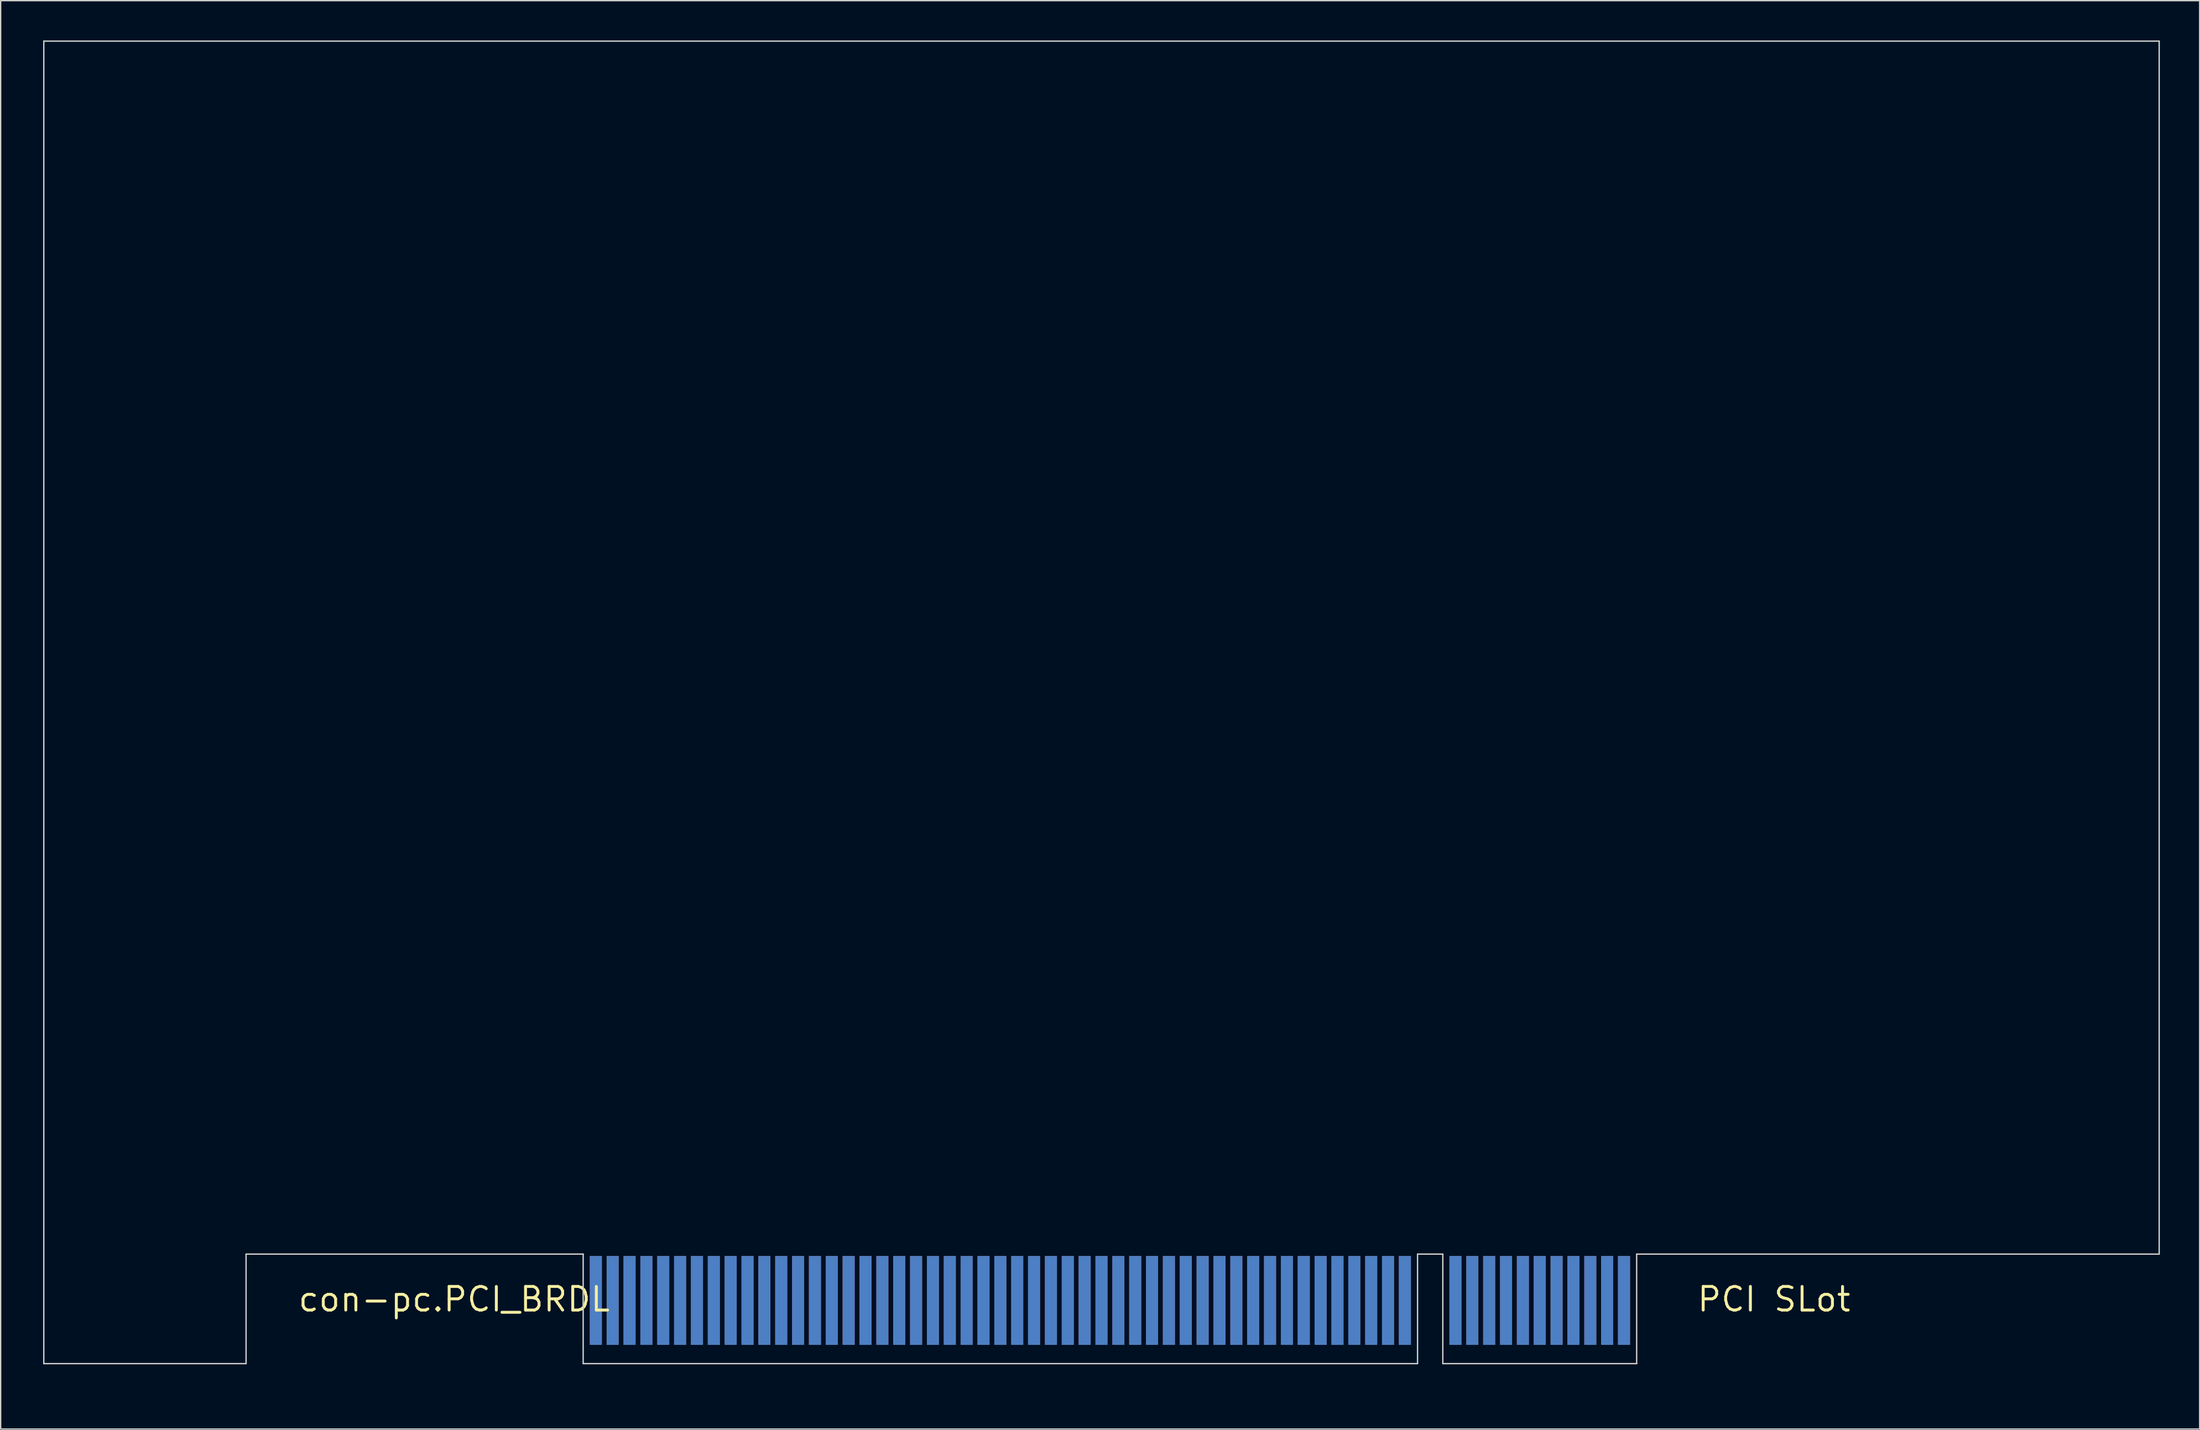
<source format=kicad_pcb>
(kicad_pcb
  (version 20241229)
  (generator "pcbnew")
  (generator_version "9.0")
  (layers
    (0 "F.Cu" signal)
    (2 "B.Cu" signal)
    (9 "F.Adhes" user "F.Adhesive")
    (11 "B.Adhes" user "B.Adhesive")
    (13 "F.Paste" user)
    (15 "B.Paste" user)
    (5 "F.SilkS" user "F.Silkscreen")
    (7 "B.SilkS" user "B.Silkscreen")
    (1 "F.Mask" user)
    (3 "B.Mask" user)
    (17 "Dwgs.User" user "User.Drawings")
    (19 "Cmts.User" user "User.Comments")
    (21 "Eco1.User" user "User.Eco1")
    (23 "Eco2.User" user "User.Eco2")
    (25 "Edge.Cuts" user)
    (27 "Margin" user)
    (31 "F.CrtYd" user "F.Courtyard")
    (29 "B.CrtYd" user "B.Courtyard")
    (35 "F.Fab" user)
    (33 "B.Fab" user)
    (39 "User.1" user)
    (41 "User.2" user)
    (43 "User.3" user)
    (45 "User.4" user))
  (footprint "con-pc.PCI_BRDL"
    (layer "F.Cu")
    (at 0.25 99.745)
    (property "Reference" "con-pc.PCI_BRDL" (at 19.05 -3.81 0) (layer "F.SilkS") (effects (font (size 1.778 1.778) (thickness 0.22)) (justify left bottom)))
    (attr smd)
    (fp_line (start 40.322 1.27) (end 120.968 1.27) (stroke (width 0.889) (type default)) (layer "F.Mask"))
    (fp_line (start 41.593 -8.255) (end 41.593 1.27) (stroke (width 0.889) (type default)) (layer "F.Mask"))
    (fp_line (start 42.862 -8.255) (end 42.862 1.27) (stroke (width 0.889) (type default)) (layer "F.Mask"))
    (fp_line (start 44.133 -8.255) (end 44.133 1.27) (stroke (width 0.889) (type default)) (layer "F.Mask"))
    (fp_line (start 45.403 -8.255) (end 45.403 1.27) (stroke (width 0.889) (type default)) (layer "F.Mask"))
    (fp_line (start 46.672 -8.255) (end 46.672 1.27) (stroke (width 0.889) (type default)) (layer "F.Mask"))
    (fp_line (start 47.943 -8.255) (end 47.943 1.27) (stroke (width 0.889) (type default)) (layer "F.Mask"))
    (fp_line (start 49.212 -8.255) (end 49.212 1.27) (stroke (width 0.889) (type default)) (layer "F.Mask"))
    (fp_line (start 50.483 -8.255) (end 50.483 1.27) (stroke (width 0.889) (type default)) (layer "F.Mask"))
    (fp_line (start 51.752 -8.255) (end 51.752 1.27) (stroke (width 0.889) (type default)) (layer "F.Mask"))
    (fp_line (start 53.023 -8.255) (end 53.023 1.27) (stroke (width 0.889) (type default)) (layer "F.Mask"))
    (fp_line (start 54.292 -8.255) (end 54.292 1.27) (stroke (width 0.889) (type default)) (layer "F.Mask"))
    (fp_line (start 55.562 -8.255) (end 55.562 1.27) (stroke (width 0.889) (type default)) (layer "F.Mask"))
    (fp_line (start 56.833 -8.255) (end 56.833 1.27) (stroke (width 0.889) (type default)) (layer "F.Mask"))
    (fp_line (start 58.102 -8.255) (end 58.102 1.27) (stroke (width 0.889) (type default)) (layer "F.Mask"))
    (fp_line (start 59.373 -8.255) (end 59.373 1.27) (stroke (width 0.889) (type default)) (layer "F.Mask"))
    (fp_line (start 60.642 -8.255) (end 60.642 1.27) (stroke (width 0.889) (type default)) (layer "F.Mask"))
    (fp_line (start 61.913 -8.255) (end 61.913 1.27) (stroke (width 0.889) (type default)) (layer "F.Mask"))
    (fp_line (start 63.182 -8.255) (end 63.182 1.27) (stroke (width 0.889) (type default)) (layer "F.Mask"))
    (fp_line (start 64.453 -8.255) (end 64.453 1.27) (stroke (width 0.889) (type default)) (layer "F.Mask"))
    (fp_line (start 65.722 -8.255) (end 65.722 1.27) (stroke (width 0.889) (type default)) (layer "F.Mask"))
    (fp_line (start 66.993 -8.255) (end 66.993 1.27) (stroke (width 0.889) (type default)) (layer "F.Mask"))
    (fp_line (start 68.263 -8.255) (end 68.263 1.27) (stroke (width 0.889) (type default)) (layer "F.Mask"))
    (fp_line (start 69.532 -8.255) (end 69.532 1.27) (stroke (width 0.889) (type default)) (layer "F.Mask"))
    (fp_line (start 70.802 -8.255) (end 70.802 1.27) (stroke (width 0.889) (type default)) (layer "F.Mask"))
    (fp_line (start 72.073 -8.255) (end 72.073 1.27) (stroke (width 0.889) (type default)) (layer "F.Mask"))
    (fp_line (start 73.343 -8.255) (end 73.343 1.27) (stroke (width 0.889) (type default)) (layer "F.Mask"))
    (fp_line (start 74.612 -8.255) (end 74.612 1.27) (stroke (width 0.889) (type default)) (layer "F.Mask"))
    (fp_line (start 75.882 -8.255) (end 75.882 1.27) (stroke (width 0.889) (type default)) (layer "F.Mask"))
    (fp_line (start 77.153 -8.255) (end 77.153 1.27) (stroke (width 0.889) (type default)) (layer "F.Mask"))
    (fp_line (start 78.422 -8.255) (end 78.422 1.27) (stroke (width 0.889) (type default)) (layer "F.Mask"))
    (fp_line (start 79.692 -8.255) (end 79.692 1.27) (stroke (width 0.889) (type default)) (layer "F.Mask"))
    (fp_line (start 80.963 -8.255) (end 80.963 1.27) (stroke (width 0.889) (type default)) (layer "F.Mask"))
    (fp_line (start 82.233 -8.255) (end 82.233 1.27) (stroke (width 0.889) (type default)) (layer "F.Mask"))
    (fp_line (start 83.502 -8.255) (end 83.502 1.27) (stroke (width 0.889) (type default)) (layer "F.Mask"))
    (fp_line (start 84.772 -8.255) (end 84.772 1.27) (stroke (width 0.889) (type default)) (layer "F.Mask"))
    (fp_line (start 86.043 -8.255) (end 86.043 1.27) (stroke (width 0.889) (type default)) (layer "F.Mask"))
    (fp_line (start 87.312 -8.255) (end 87.312 1.27) (stroke (width 0.889) (type default)) (layer "F.Mask"))
    (fp_line (start 88.582 -8.255) (end 88.582 1.27) (stroke (width 0.889) (type default)) (layer "F.Mask"))
    (fp_line (start 89.853 -8.255) (end 89.853 1.27) (stroke (width 0.889) (type default)) (layer "F.Mask"))
    (fp_line (start 91.123 -8.255) (end 91.123 1.27) (stroke (width 0.889) (type default)) (layer "F.Mask"))
    (fp_line (start 92.392 -8.255) (end 92.392 1.27) (stroke (width 0.889) (type default)) (layer "F.Mask"))
    (fp_line (start 93.662 -8.255) (end 93.662 1.27) (stroke (width 0.889) (type default)) (layer "F.Mask"))
    (fp_line (start 94.933 -8.255) (end 94.933 1.27) (stroke (width 0.889) (type default)) (layer "F.Mask"))
    (fp_line (start 96.203 -8.255) (end 96.203 1.27) (stroke (width 0.889) (type default)) (layer "F.Mask"))
    (fp_line (start 97.472 -8.255) (end 97.472 1.27) (stroke (width 0.889) (type default)) (layer "F.Mask"))
    (fp_line (start 98.743 -8.255) (end 98.743 1.27) (stroke (width 0.889) (type default)) (layer "F.Mask"))
    (fp_line (start 100.013 -8.255) (end 100.013 1.27) (stroke (width 0.889) (type default)) (layer "F.Mask"))
    (fp_line (start 101.282 -8.255) (end 101.282 1.27) (stroke (width 0.889) (type default)) (layer "F.Mask"))
    (fp_line (start 102.552 -8.255) (end 102.552 1.27) (stroke (width 0.889) (type default)) (layer "F.Mask"))
    (fp_line (start 106.362 -8.255) (end 106.362 1.27) (stroke (width 0.889) (type default)) (layer "F.Mask"))
    (fp_line (start 107.632 -8.255) (end 107.632 1.27) (stroke (width 0.889) (type default)) (layer "F.Mask"))
    (fp_line (start 108.903 -8.255) (end 108.903 1.27) (stroke (width 0.889) (type default)) (layer "F.Mask"))
    (fp_line (start 110.172 -8.255) (end 110.172 1.27) (stroke (width 0.889) (type default)) (layer "F.Mask"))
    (fp_line (start 111.442 -8.255) (end 111.442 1.27) (stroke (width 0.889) (type default)) (layer "F.Mask"))
    (fp_line (start 112.713 -8.255) (end 112.713 1.27) (stroke (width 0.889) (type default)) (layer "F.Mask"))
    (fp_line (start 113.983 -8.255) (end 113.983 1.27) (stroke (width 0.889) (type default)) (layer "F.Mask"))
    (fp_line (start 115.252 -8.255) (end 115.252 1.27) (stroke (width 0.889) (type default)) (layer "F.Mask"))
    (fp_line (start 116.522 -8.255) (end 116.522 1.27) (stroke (width 0.889) (type default)) (layer "F.Mask"))
    (fp_line (start 117.793 -8.255) (end 117.793 1.27) (stroke (width 0.889) (type default)) (layer "F.Mask"))
    (fp_line (start 119.062 -8.255) (end 119.062 1.27) (stroke (width 0.889) (type default)) (layer "F.Mask"))
    (fp_rect (start 40.322 1.905) (end 120.968 -8.255) (stroke (width 0.05) (type default)) (fill yes) (layer "F.Mask"))
    (fp_line (start 41.593 -8.255) (end 41.593 1.27) (stroke (width 0.889) (type default)) (layer "B.Mask"))
    (fp_line (start 42.862 -8.255) (end 42.862 1.27) (stroke (width 0.889) (type default)) (layer "B.Mask"))
    (fp_line (start 44.133 -8.255) (end 44.133 1.27) (stroke (width 0.889) (type default)) (layer "B.Mask"))
    (fp_line (start 45.403 -8.255) (end 45.403 1.27) (stroke (width 0.889) (type default)) (layer "B.Mask"))
    (fp_line (start 46.672 -8.255) (end 46.672 1.27) (stroke (width 0.889) (type default)) (layer "B.Mask"))
    (fp_line (start 47.943 -8.255) (end 47.943 1.27) (stroke (width 0.889) (type default)) (layer "B.Mask"))
    (fp_line (start 49.212 -8.255) (end 49.212 1.27) (stroke (width 0.889) (type default)) (layer "B.Mask"))
    (fp_line (start 50.483 -8.255) (end 50.483 1.27) (stroke (width 0.889) (type default)) (layer "B.Mask"))
    (fp_line (start 51.752 -8.255) (end 51.752 1.27) (stroke (width 0.889) (type default)) (layer "B.Mask"))
    (fp_line (start 53.023 -8.255) (end 53.023 1.27) (stroke (width 0.889) (type default)) (layer "B.Mask"))
    (fp_line (start 54.292 -8.255) (end 54.292 1.27) (stroke (width 0.889) (type default)) (layer "B.Mask"))
    (fp_line (start 55.562 -8.255) (end 55.562 1.27) (stroke (width 0.889) (type default)) (layer "B.Mask"))
    (fp_line (start 56.833 -8.255) (end 56.833 1.27) (stroke (width 0.889) (type default)) (layer "B.Mask"))
    (fp_line (start 58.102 -8.255) (end 58.102 1.27) (stroke (width 0.889) (type default)) (layer "B.Mask"))
    (fp_line (start 59.373 -8.255) (end 59.373 1.27) (stroke (width 0.889) (type default)) (layer "B.Mask"))
    (fp_line (start 60.642 -8.255) (end 60.642 1.27) (stroke (width 0.889) (type default)) (layer "B.Mask"))
    (fp_line (start 61.913 -8.255) (end 61.913 1.27) (stroke (width 0.889) (type default)) (layer "B.Mask"))
    (fp_line (start 63.182 -8.255) (end 63.182 1.27) (stroke (width 0.889) (type default)) (layer "B.Mask"))
    (fp_line (start 64.453 -8.255) (end 64.453 1.27) (stroke (width 0.889) (type default)) (layer "B.Mask"))
    (fp_line (start 65.722 -8.255) (end 65.722 1.27) (stroke (width 0.889) (type default)) (layer "B.Mask"))
    (fp_line (start 66.993 -8.255) (end 66.993 1.27) (stroke (width 0.889) (type default)) (layer "B.Mask"))
    (fp_line (start 68.263 -8.255) (end 68.263 1.27) (stroke (width 0.889) (type default)) (layer "B.Mask"))
    (fp_line (start 69.532 -8.255) (end 69.532 1.27) (stroke (width 0.889) (type default)) (layer "B.Mask"))
    (fp_line (start 70.802 -8.255) (end 70.802 1.27) (stroke (width 0.889) (type default)) (layer "B.Mask"))
    (fp_line (start 72.073 -8.255) (end 72.073 1.27) (stroke (width 0.889) (type default)) (layer "B.Mask"))
    (fp_line (start 73.343 -8.255) (end 73.343 1.27) (stroke (width 0.889) (type default)) (layer "B.Mask"))
    (fp_line (start 74.612 -8.255) (end 74.612 1.27) (stroke (width 0.889) (type default)) (layer "B.Mask"))
    (fp_line (start 75.882 -8.255) (end 75.882 1.27) (stroke (width 0.889) (type default)) (layer "B.Mask"))
    (fp_line (start 77.153 -8.255) (end 77.153 1.27) (stroke (width 0.889) (type default)) (layer "B.Mask"))
    (fp_line (start 78.422 -8.255) (end 78.422 1.27) (stroke (width 0.889) (type default)) (layer "B.Mask"))
    (fp_line (start 79.692 -8.255) (end 79.692 1.27) (stroke (width 0.889) (type default)) (layer "B.Mask"))
    (fp_line (start 80.963 -8.255) (end 80.963 1.27) (stroke (width 0.889) (type default)) (layer "B.Mask"))
    (fp_line (start 82.233 -8.255) (end 82.233 1.27) (stroke (width 0.889) (type default)) (layer "B.Mask"))
    (fp_line (start 83.502 -8.255) (end 83.502 1.27) (stroke (width 0.889) (type default)) (layer "B.Mask"))
    (fp_line (start 84.772 -8.255) (end 84.772 1.27) (stroke (width 0.889) (type default)) (layer "B.Mask"))
    (fp_line (start 86.043 -8.255) (end 86.043 1.27) (stroke (width 0.889) (type default)) (layer "B.Mask"))
    (fp_line (start 87.312 -8.255) (end 87.312 1.27) (stroke (width 0.889) (type default)) (layer "B.Mask"))
    (fp_line (start 88.582 -8.255) (end 88.582 1.27) (stroke (width 0.889) (type default)) (layer "B.Mask"))
    (fp_line (start 89.853 -8.255) (end 89.853 1.27) (stroke (width 0.889) (type default)) (layer "B.Mask"))
    (fp_line (start 91.123 -8.255) (end 91.123 1.27) (stroke (width 0.889) (type default)) (layer "B.Mask"))
    (fp_line (start 92.392 -8.255) (end 92.392 1.27) (stroke (width 0.889) (type default)) (layer "B.Mask"))
    (fp_line (start 93.662 -8.255) (end 93.662 1.27) (stroke (width 0.889) (type default)) (layer "B.Mask"))
    (fp_line (start 94.933 -8.255) (end 94.933 1.27) (stroke (width 0.889) (type default)) (layer "B.Mask"))
    (fp_line (start 96.203 -8.255) (end 96.203 1.27) (stroke (width 0.889) (type default)) (layer "B.Mask"))
    (fp_line (start 97.472 -8.255) (end 97.472 1.27) (stroke (width 0.889) (type default)) (layer "B.Mask"))
    (fp_line (start 98.743 -8.255) (end 98.743 1.27) (stroke (width 0.889) (type default)) (layer "B.Mask"))
    (fp_line (start 100.013 -8.255) (end 100.013 1.27) (stroke (width 0.889) (type default)) (layer "B.Mask"))
    (fp_line (start 101.282 -8.255) (end 101.282 1.27) (stroke (width 0.889) (type default)) (layer "B.Mask"))
    (fp_line (start 102.552 -8.255) (end 102.552 1.27) (stroke (width 0.889) (type default)) (layer "B.Mask"))
    (fp_line (start 106.362 -8.255) (end 106.362 1.27) (stroke (width 0.889) (type default)) (layer "B.Mask"))
    (fp_line (start 107.632 -8.255) (end 107.632 1.27) (stroke (width 0.889) (type default)) (layer "B.Mask"))
    (fp_line (start 108.903 -8.255) (end 108.903 1.27) (stroke (width 0.889) (type default)) (layer "B.Mask"))
    (fp_line (start 110.172 -8.255) (end 110.172 1.27) (stroke (width 0.889) (type default)) (layer "B.Mask"))
    (fp_line (start 111.442 -8.255) (end 111.442 1.27) (stroke (width 0.889) (type default)) (layer "B.Mask"))
    (fp_line (start 112.713 -8.255) (end 112.713 1.27) (stroke (width 0.889) (type default)) (layer "B.Mask"))
    (fp_line (start 113.983 -8.255) (end 113.983 1.27) (stroke (width 0.889) (type default)) (layer "B.Mask"))
    (fp_line (start 115.252 -8.255) (end 115.252 1.27) (stroke (width 0.889) (type default)) (layer "B.Mask"))
    (fp_line (start 116.522 -8.255) (end 116.522 1.27) (stroke (width 0.889) (type default)) (layer "B.Mask"))
    (fp_line (start 117.793 -8.255) (end 117.793 1.27) (stroke (width 0.889) (type default)) (layer "B.Mask"))
    (fp_line (start 119.062 -8.255) (end 119.062 1.27) (stroke (width 0.889) (type default)) (layer "B.Mask"))
    (fp_line (start 120.968 1.27) (end 40.322 1.27) (stroke (width 0.889) (type default)) (layer "B.Mask"))
    (fp_rect (start 40.322 1.905) (end 120.968 -8.255) (stroke (width 0.05) (type default)) (fill yes) (layer "B.Mask"))
    (fp_line (start 0 -99.695) (end 159.385 -99.695) (stroke (width 0.1) (type default)) (layer "Edge.Cuts"))
    (fp_line (start 0 0) (end 0 -99.695) (stroke (width 0.1) (type default)) (layer "Edge.Cuts"))
    (fp_line (start 15.24 -8.255) (end 15.24 0) (stroke (width 0.1) (type default)) (layer "Edge.Cuts"))
    (fp_line (start 15.24 0) (end 0 0) (stroke (width 0.1) (type default)) (layer "Edge.Cuts"))
    (fp_line (start 40.64 -8.255) (end 15.24 -8.255) (stroke (width 0.1) (type default)) (layer "Edge.Cuts"))
    (fp_line (start 40.64 0) (end 40.64 -8.255) (stroke (width 0.1) (type default)) (layer "Edge.Cuts"))
    (fp_line (start 103.505 -8.255) (end 103.505 0) (stroke (width 0.1) (type default)) (layer "Edge.Cuts"))
    (fp_line (start 103.505 0) (end 40.64 0) (stroke (width 0.1) (type default)) (layer "Edge.Cuts"))
    (fp_line (start 105.41 -8.255) (end 103.505 -8.255) (stroke (width 0.1) (type default)) (layer "Edge.Cuts"))
    (fp_line (start 105.41 0) (end 105.41 -8.255) (stroke (width 0.1) (type default)) (layer "Edge.Cuts"))
    (fp_line (start 120.015 -8.255) (end 120.015 0) (stroke (width 0.1) (type default)) (layer "Edge.Cuts"))
    (fp_line (start 120.015 0) (end 105.41 0) (stroke (width 0.1) (type default)) (layer "Edge.Cuts"))
    (fp_line (start 159.385 -99.695) (end 159.385 -8.255) (stroke (width 0.1) (type default)) (layer "Edge.Cuts"))
    (fp_line (start 159.385 -8.255) (end 120.015 -8.255) (stroke (width 0.1) (type default)) (layer "Edge.Cuts"))
    (fp_text user "PCI SLot" (at 124.46 -3.81 0) (layer "F.SilkS") (effects (font (size 1.778 1.778) (thickness 0.22)) (justify left bottom)))
    (pad "C1" smd roundrect (at 41.593 -4.763) (size 0.91 6.7) (layers "F.Cu" "F.Mask" "F.Paste") (roundrect_rratio 0.01))
    (pad "C2" smd roundrect (at 42.862 -4.763) (size 0.91 6.7) (layers "F.Cu" "F.Mask" "F.Paste") (roundrect_rratio 0.01))
    (pad "C3" smd roundrect (at 44.133 -4.763) (size 0.91 6.7) (layers "F.Cu" "F.Mask" "F.Paste") (roundrect_rratio 0.01))
    (pad "C4" smd roundrect (at 45.403 -4.763) (size 0.91 6.7) (layers "F.Cu" "F.Mask" "F.Paste") (roundrect_rratio 0.01))
    (pad "C5" smd roundrect (at 46.672 -4.763) (size 0.91 6.7) (layers "F.Cu" "F.Mask" "F.Paste") (roundrect_rratio 0.01))
    (pad "C6" smd roundrect (at 47.943 -4.763) (size 0.91 6.7) (layers "F.Cu" "F.Mask" "F.Paste") (roundrect_rratio 0.01))
    (pad "C7" smd roundrect (at 49.212 -4.763) (size 0.91 6.7) (layers "F.Cu" "F.Mask" "F.Paste") (roundrect_rratio 0.01))
    (pad "C8" smd roundrect (at 50.483 -4.763) (size 0.91 6.7) (layers "F.Cu" "F.Mask" "F.Paste") (roundrect_rratio 0.01))
    (pad "C9" smd roundrect (at 51.752 -4.763) (size 0.91 6.7) (layers "F.Cu" "F.Mask" "F.Paste") (roundrect_rratio 0.01))
    (pad "C10" smd roundrect (at 53.023 -4.763) (size 0.91 6.7) (layers "F.Cu" "F.Mask" "F.Paste") (roundrect_rratio 0.01))
    (pad "C11" smd roundrect (at 54.292 -4.763) (size 0.91 6.7) (layers "F.Cu" "F.Mask" "F.Paste") (roundrect_rratio 0.01))
    (pad "C12" smd roundrect (at 55.562 -4.763) (size 0.91 6.7) (layers "F.Cu" "F.Mask" "F.Paste") (roundrect_rratio 0.01))
    (pad "C13" smd roundrect (at 56.833 -4.763) (size 0.91 6.7) (layers "F.Cu" "F.Mask" "F.Paste") (roundrect_rratio 0.01))
    (pad "C14" smd roundrect (at 58.102 -4.763) (size 0.91 6.7) (layers "F.Cu" "F.Mask" "F.Paste") (roundrect_rratio 0.01))
    (pad "C15" smd roundrect (at 59.373 -4.763) (size 0.91 6.7) (layers "F.Cu" "F.Mask" "F.Paste") (roundrect_rratio 0.01))
    (pad "C16" smd roundrect (at 60.642 -4.763) (size 0.91 6.7) (layers "F.Cu" "F.Mask" "F.Paste") (roundrect_rratio 0.01))
    (pad "C17" smd roundrect (at 61.913 -4.763) (size 0.91 6.7) (layers "F.Cu" "F.Mask" "F.Paste") (roundrect_rratio 0.01))
    (pad "C18" smd roundrect (at 63.182 -4.763) (size 0.91 6.7) (layers "F.Cu" "F.Mask" "F.Paste") (roundrect_rratio 0.01))
    (pad "C19" smd roundrect (at 64.453 -4.763) (size 0.91 6.7) (layers "F.Cu" "F.Mask" "F.Paste") (roundrect_rratio 0.01))
    (pad "C20" smd roundrect (at 65.722 -4.763) (size 0.91 6.7) (layers "F.Cu" "F.Mask" "F.Paste") (roundrect_rratio 0.01))
    (pad "C21" smd roundrect (at 66.993 -4.763) (size 0.91 6.7) (layers "F.Cu" "F.Mask" "F.Paste") (roundrect_rratio 0.01))
    (pad "C22" smd roundrect (at 68.263 -4.763) (size 0.91 6.7) (layers "F.Cu" "F.Mask" "F.Paste") (roundrect_rratio 0.01))
    (pad "C23" smd roundrect (at 69.532 -4.763) (size 0.91 6.7) (layers "F.Cu" "F.Mask" "F.Paste") (roundrect_rratio 0.01))
    (pad "C24" smd roundrect (at 70.802 -4.763) (size 0.91 6.7) (layers "F.Cu" "F.Mask" "F.Paste") (roundrect_rratio 0.01))
    (pad "C25" smd roundrect (at 72.073 -4.763) (size 0.91 6.7) (layers "F.Cu" "F.Mask" "F.Paste") (roundrect_rratio 0.01))
    (pad "C26" smd roundrect (at 73.343 -4.763) (size 0.91 6.7) (layers "F.Cu" "F.Mask" "F.Paste") (roundrect_rratio 0.01))
    (pad "C27" smd roundrect (at 74.612 -4.763) (size 0.91 6.7) (layers "F.Cu" "F.Mask" "F.Paste") (roundrect_rratio 0.01))
    (pad "C28" smd roundrect (at 75.882 -4.763) (size 0.91 6.7) (layers "F.Cu" "F.Mask" "F.Paste") (roundrect_rratio 0.01))
    (pad "C29" smd roundrect (at 77.153 -4.763) (size 0.91 6.7) (layers "F.Cu" "F.Mask" "F.Paste") (roundrect_rratio 0.01))
    (pad "C30" smd roundrect (at 78.422 -4.763) (size 0.91 6.7) (layers "F.Cu" "F.Mask" "F.Paste") (roundrect_rratio 0.01))
    (pad "C31" smd roundrect (at 79.692 -4.763) (size 0.91 6.7) (layers "F.Cu" "F.Mask" "F.Paste") (roundrect_rratio 0.01))
    (pad "C32" smd roundrect (at 80.963 -4.763) (size 0.91 6.7) (layers "F.Cu" "F.Mask" "F.Paste") (roundrect_rratio 0.01))
    (pad "C33" smd roundrect (at 82.233 -4.763) (size 0.91 6.7) (layers "F.Cu" "F.Mask" "F.Paste") (roundrect_rratio 0.01))
    (pad "C34" smd roundrect (at 83.502 -4.763) (size 0.91 6.7) (layers "F.Cu" "F.Mask" "F.Paste") (roundrect_rratio 0.01))
    (pad "C35" smd roundrect (at 84.772 -4.763) (size 0.91 6.7) (layers "F.Cu" "F.Mask" "F.Paste") (roundrect_rratio 0.01))
    (pad "C36" smd roundrect (at 86.043 -4.763) (size 0.91 6.7) (layers "F.Cu" "F.Mask" "F.Paste") (roundrect_rratio 0.01))
    (pad "C37" smd roundrect (at 87.312 -4.763) (size 0.91 6.7) (layers "F.Cu" "F.Mask" "F.Paste") (roundrect_rratio 0.01))
    (pad "C38" smd roundrect (at 88.582 -4.763) (size 0.91 6.7) (layers "F.Cu" "F.Mask" "F.Paste") (roundrect_rratio 0.01))
    (pad "C39" smd roundrect (at 89.853 -4.763) (size 0.91 6.7) (layers "F.Cu" "F.Mask" "F.Paste") (roundrect_rratio 0.01))
    (pad "C40" smd roundrect (at 91.123 -4.763) (size 0.91 6.7) (layers "F.Cu" "F.Mask" "F.Paste") (roundrect_rratio 0.01))
    (pad "C41" smd roundrect (at 92.392 -4.763) (size 0.91 6.7) (layers "F.Cu" "F.Mask" "F.Paste") (roundrect_rratio 0.01))
    (pad "C42" smd roundrect (at 93.662 -4.763) (size 0.91 6.7) (layers "F.Cu" "F.Mask" "F.Paste") (roundrect_rratio 0.01))
    (pad "C43" smd roundrect (at 94.933 -4.763) (size 0.91 6.7) (layers "F.Cu" "F.Mask" "F.Paste") (roundrect_rratio 0.01))
    (pad "C44" smd roundrect (at 96.203 -4.763) (size 0.91 6.7) (layers "F.Cu" "F.Mask" "F.Paste") (roundrect_rratio 0.01))
    (pad "C45" smd roundrect (at 97.472 -4.763) (size 0.91 6.7) (layers "F.Cu" "F.Mask" "F.Paste") (roundrect_rratio 0.01))
    (pad "C46" smd roundrect (at 98.743 -4.763) (size 0.91 6.7) (layers "F.Cu" "F.Mask" "F.Paste") (roundrect_rratio 0.01))
    (pad "C47" smd roundrect (at 100.013 -4.763) (size 0.91 6.7) (layers "F.Cu" "F.Mask" "F.Paste") (roundrect_rratio 0.01))
    (pad "C48" smd roundrect (at 101.282 -4.763) (size 0.91 6.7) (layers "F.Cu" "F.Mask" "F.Paste") (roundrect_rratio 0.01))
    (pad "C49" smd roundrect (at 102.552 -4.763) (size 0.91 6.7) (layers "F.Cu" "F.Mask" "F.Paste") (roundrect_rratio 0.01))
    (pad "C52" smd roundrect (at 106.362 -4.763) (size 0.91 6.7) (layers "F.Cu" "F.Mask" "F.Paste") (roundrect_rratio 0.01))
    (pad "C53" smd roundrect (at 107.632 -4.763) (size 0.91 6.7) (layers "F.Cu" "F.Mask" "F.Paste") (roundrect_rratio 0.01))
    (pad "C54" smd roundrect (at 108.903 -4.763) (size 0.91 6.7) (layers "F.Cu" "F.Mask" "F.Paste") (roundrect_rratio 0.01))
    (pad "C55" smd roundrect (at 110.172 -4.763) (size 0.91 6.7) (layers "F.Cu" "F.Mask" "F.Paste") (roundrect_rratio 0.01))
    (pad "C56" smd roundrect (at 111.442 -4.763) (size 0.91 6.7) (layers "F.Cu" "F.Mask" "F.Paste") (roundrect_rratio 0.01))
    (pad "C57" smd roundrect (at 112.713 -4.763) (size 0.91 6.7) (layers "F.Cu" "F.Mask" "F.Paste") (roundrect_rratio 0.01))
    (pad "C58" smd roundrect (at 113.983 -4.763) (size 0.91 6.7) (layers "F.Cu" "F.Mask" "F.Paste") (roundrect_rratio 0.01))
    (pad "C59" smd roundrect (at 115.252 -4.763) (size 0.91 6.7) (layers "F.Cu" "F.Mask" "F.Paste") (roundrect_rratio 0.01))
    (pad "C60" smd roundrect (at 116.522 -4.763) (size 0.91 6.7) (layers "F.Cu" "F.Mask" "F.Paste") (roundrect_rratio 0.01))
    (pad "C61" smd roundrect (at 117.793 -4.763) (size 0.91 6.7) (layers "F.Cu" "F.Mask" "F.Paste") (roundrect_rratio 0.01))
    (pad "C62" smd roundrect (at 119.062 -4.763) (size 0.91 6.7) (layers "F.Cu" "F.Mask" "F.Paste") (roundrect_rratio 0.01))
    (pad "S1" smd roundrect (at 41.593 -4.763) (size 0.91 6.7) (layers "B.Cu" "B.Mask" "B.Paste") (roundrect_rratio 0.01))
    (pad "S2" smd roundrect (at 42.862 -4.763) (size 0.91 6.7) (layers "B.Cu" "B.Mask" "B.Paste") (roundrect_rratio 0.01))
    (pad "S3" smd roundrect (at 44.133 -4.763) (size 0.91 6.7) (layers "B.Cu" "B.Mask" "B.Paste") (roundrect_rratio 0.01))
    (pad "S4" smd roundrect (at 45.403 -4.763) (size 0.91 6.7) (layers "B.Cu" "B.Mask" "B.Paste") (roundrect_rratio 0.01))
    (pad "S5" smd roundrect (at 46.672 -4.763) (size 0.91 6.7) (layers "B.Cu" "B.Mask" "B.Paste") (roundrect_rratio 0.01))
    (pad "S6" smd roundrect (at 47.943 -4.763) (size 0.91 6.7) (layers "B.Cu" "B.Mask" "B.Paste") (roundrect_rratio 0.01))
    (pad "S7" smd roundrect (at 49.212 -4.763) (size 0.91 6.7) (layers "B.Cu" "B.Mask" "B.Paste") (roundrect_rratio 0.01))
    (pad "S8" smd roundrect (at 50.483 -4.763) (size 0.91 6.7) (layers "B.Cu" "B.Mask" "B.Paste") (roundrect_rratio 0.01))
    (pad "S9" smd roundrect (at 51.752 -4.763) (size 0.91 6.7) (layers "B.Cu" "B.Mask" "B.Paste") (roundrect_rratio 0.01))
    (pad "S10" smd roundrect (at 53.023 -4.763) (size 0.91 6.7) (layers "B.Cu" "B.Mask" "B.Paste") (roundrect_rratio 0.01))
    (pad "S11" smd roundrect (at 54.292 -4.763) (size 0.91 6.7) (layers "B.Cu" "B.Mask" "B.Paste") (roundrect_rratio 0.01))
    (pad "S12" smd roundrect (at 55.562 -4.763) (size 0.91 6.7) (layers "B.Cu" "B.Mask" "B.Paste") (roundrect_rratio 0.01))
    (pad "S13" smd roundrect (at 56.833 -4.763) (size 0.91 6.7) (layers "B.Cu" "B.Mask" "B.Paste") (roundrect_rratio 0.01))
    (pad "S14" smd roundrect (at 58.102 -4.763) (size 0.91 6.7) (layers "B.Cu" "B.Mask" "B.Paste") (roundrect_rratio 0.01))
    (pad "S15" smd roundrect (at 59.373 -4.763) (size 0.91 6.7) (layers "B.Cu" "B.Mask" "B.Paste") (roundrect_rratio 0.01))
    (pad "S16" smd roundrect (at 60.642 -4.763) (size 0.91 6.7) (layers "B.Cu" "B.Mask" "B.Paste") (roundrect_rratio 0.01))
    (pad "S17" smd roundrect (at 61.913 -4.763) (size 0.91 6.7) (layers "B.Cu" "B.Mask" "B.Paste") (roundrect_rratio 0.01))
    (pad "S18" smd roundrect (at 63.182 -4.763) (size 0.91 6.7) (layers "B.Cu" "B.Mask" "B.Paste") (roundrect_rratio 0.01))
    (pad "S19" smd roundrect (at 64.453 -4.763) (size 0.91 6.7) (layers "B.Cu" "B.Mask" "B.Paste") (roundrect_rratio 0.01))
    (pad "S20" smd roundrect (at 65.722 -4.763) (size 0.91 6.7) (layers "B.Cu" "B.Mask" "B.Paste") (roundrect_rratio 0.01))
    (pad "S21" smd roundrect (at 66.993 -4.763) (size 0.91 6.7) (layers "B.Cu" "B.Mask" "B.Paste") (roundrect_rratio 0.01))
    (pad "S22" smd roundrect (at 68.263 -4.763) (size 0.91 6.7) (layers "B.Cu" "B.Mask" "B.Paste") (roundrect_rratio 0.01))
    (pad "S23" smd roundrect (at 69.532 -4.763) (size 0.91 6.7) (layers "B.Cu" "B.Mask" "B.Paste") (roundrect_rratio 0.01))
    (pad "S24" smd roundrect (at 70.802 -4.763) (size 0.91 6.7) (layers "B.Cu" "B.Mask" "B.Paste") (roundrect_rratio 0.01))
    (pad "S25" smd roundrect (at 72.073 -4.763) (size 0.91 6.7) (layers "B.Cu" "B.Mask" "B.Paste") (roundrect_rratio 0.01))
    (pad "S26" smd roundrect (at 73.343 -4.763) (size 0.91 6.7) (layers "B.Cu" "B.Mask" "B.Paste") (roundrect_rratio 0.01))
    (pad "S27" smd roundrect (at 74.612 -4.763) (size 0.91 6.7) (layers "B.Cu" "B.Mask" "B.Paste") (roundrect_rratio 0.01))
    (pad "S28" smd roundrect (at 75.882 -4.763) (size 0.91 6.7) (layers "B.Cu" "B.Mask" "B.Paste") (roundrect_rratio 0.01))
    (pad "S29" smd roundrect (at 77.153 -4.763) (size 0.91 6.7) (layers "B.Cu" "B.Mask" "B.Paste") (roundrect_rratio 0.01))
    (pad "S30" smd roundrect (at 78.422 -4.763) (size 0.91 6.7) (layers "B.Cu" "B.Mask" "B.Paste") (roundrect_rratio 0.01))
    (pad "S31" smd roundrect (at 79.692 -4.763) (size 0.91 6.7) (layers "B.Cu" "B.Mask" "B.Paste") (roundrect_rratio 0.01))
    (pad "S32" smd roundrect (at 80.963 -4.763) (size 0.91 6.7) (layers "B.Cu" "B.Mask" "B.Paste") (roundrect_rratio 0.01))
    (pad "S33" smd roundrect (at 82.233 -4.763) (size 0.91 6.7) (layers "B.Cu" "B.Mask" "B.Paste") (roundrect_rratio 0.01))
    (pad "S34" smd roundrect (at 83.502 -4.763) (size 0.91 6.7) (layers "B.Cu" "B.Mask" "B.Paste") (roundrect_rratio 0.01))
    (pad "S35" smd roundrect (at 84.772 -4.763) (size 0.91 6.7) (layers "B.Cu" "B.Mask" "B.Paste") (roundrect_rratio 0.01))
    (pad "S36" smd roundrect (at 86.043 -4.763) (size 0.91 6.7) (layers "B.Cu" "B.Mask" "B.Paste") (roundrect_rratio 0.01))
    (pad "S37" smd roundrect (at 87.312 -4.763) (size 0.91 6.7) (layers "B.Cu" "B.Mask" "B.Paste") (roundrect_rratio 0.01))
    (pad "S38" smd roundrect (at 88.582 -4.763) (size 0.91 6.7) (layers "B.Cu" "B.Mask" "B.Paste") (roundrect_rratio 0.01))
    (pad "S39" smd roundrect (at 89.853 -4.763) (size 0.91 6.7) (layers "B.Cu" "B.Mask" "B.Paste") (roundrect_rratio 0.01))
    (pad "S40" smd roundrect (at 91.123 -4.763) (size 0.91 6.7) (layers "B.Cu" "B.Mask" "B.Paste") (roundrect_rratio 0.01))
    (pad "S41" smd roundrect (at 92.392 -4.763) (size 0.91 6.7) (layers "B.Cu" "B.Mask" "B.Paste") (roundrect_rratio 0.01))
    (pad "S42" smd roundrect (at 93.662 -4.763) (size 0.91 6.7) (layers "B.Cu" "B.Mask" "B.Paste") (roundrect_rratio 0.01))
    (pad "S43" smd roundrect (at 94.933 -4.763) (size 0.91 6.7) (layers "B.Cu" "B.Mask" "B.Paste") (roundrect_rratio 0.01))
    (pad "S44" smd roundrect (at 96.203 -4.763) (size 0.91 6.7) (layers "B.Cu" "B.Mask" "B.Paste") (roundrect_rratio 0.01))
    (pad "S45" smd roundrect (at 97.472 -4.763) (size 0.91 6.7) (layers "B.Cu" "B.Mask" "B.Paste") (roundrect_rratio 0.01))
    (pad "S46" smd roundrect (at 98.743 -4.763) (size 0.91 6.7) (layers "B.Cu" "B.Mask" "B.Paste") (roundrect_rratio 0.01))
    (pad "S47" smd roundrect (at 100.013 -4.763) (size 0.91 6.7) (layers "B.Cu" "B.Mask" "B.Paste") (roundrect_rratio 0.01))
    (pad "S48" smd roundrect (at 101.282 -4.763) (size 0.91 6.7) (layers "B.Cu" "B.Mask" "B.Paste") (roundrect_rratio 0.01))
    (pad "S49" smd roundrect (at 102.552 -4.763) (size 0.91 6.7) (layers "B.Cu" "B.Mask" "B.Paste") (roundrect_rratio 0.01))
    (pad "S52" smd roundrect (at 106.362 -4.763) (size 0.91 6.7) (layers "B.Cu" "B.Mask" "B.Paste") (roundrect_rratio 0.01))
    (pad "S53" smd roundrect (at 107.632 -4.763) (size 0.91 6.7) (layers "B.Cu" "B.Mask" "B.Paste") (roundrect_rratio 0.01))
    (pad "S54" smd roundrect (at 108.903 -4.763) (size 0.91 6.7) (layers "B.Cu" "B.Mask" "B.Paste") (roundrect_rratio 0.01))
    (pad "S55" smd roundrect (at 110.172 -4.763) (size 0.91 6.7) (layers "B.Cu" "B.Mask" "B.Paste") (roundrect_rratio 0.01))
    (pad "S56" smd roundrect (at 111.442 -4.763) (size 0.91 6.7) (layers "B.Cu" "B.Mask" "B.Paste") (roundrect_rratio 0.01))
    (pad "S57" smd roundrect (at 112.713 -4.763) (size 0.91 6.7) (layers "B.Cu" "B.Mask" "B.Paste") (roundrect_rratio 0.01))
    (pad "S58" smd roundrect (at 113.983 -4.763) (size 0.91 6.7) (layers "B.Cu" "B.Mask" "B.Paste") (roundrect_rratio 0.01))
    (pad "S59" smd roundrect (at 115.252 -4.763) (size 0.91 6.7) (layers "B.Cu" "B.Mask" "B.Paste") (roundrect_rratio 0.01))
    (pad "S60" smd roundrect (at 116.522 -4.763) (size 0.91 6.7) (layers "B.Cu" "B.Mask" "B.Paste") (roundrect_rratio 0.01))
    (pad "S61" smd roundrect (at 117.793 -4.763) (size 0.91 6.7) (layers "B.Cu" "B.Mask" "B.Paste") (roundrect_rratio 0.01))
    (pad "S62" smd roundrect (at 119.062 -4.763) (size 0.91 6.7) (layers "B.Cu" "B.Mask" "B.Paste") (roundrect_rratio 0.01)))
  (gr_rect
    (start -3 -3)
    (end 162.685 104.675)
    (stroke (width 0.1) (type default))
    (fill no)
    (layer "Edge.Cuts")))
</source>
